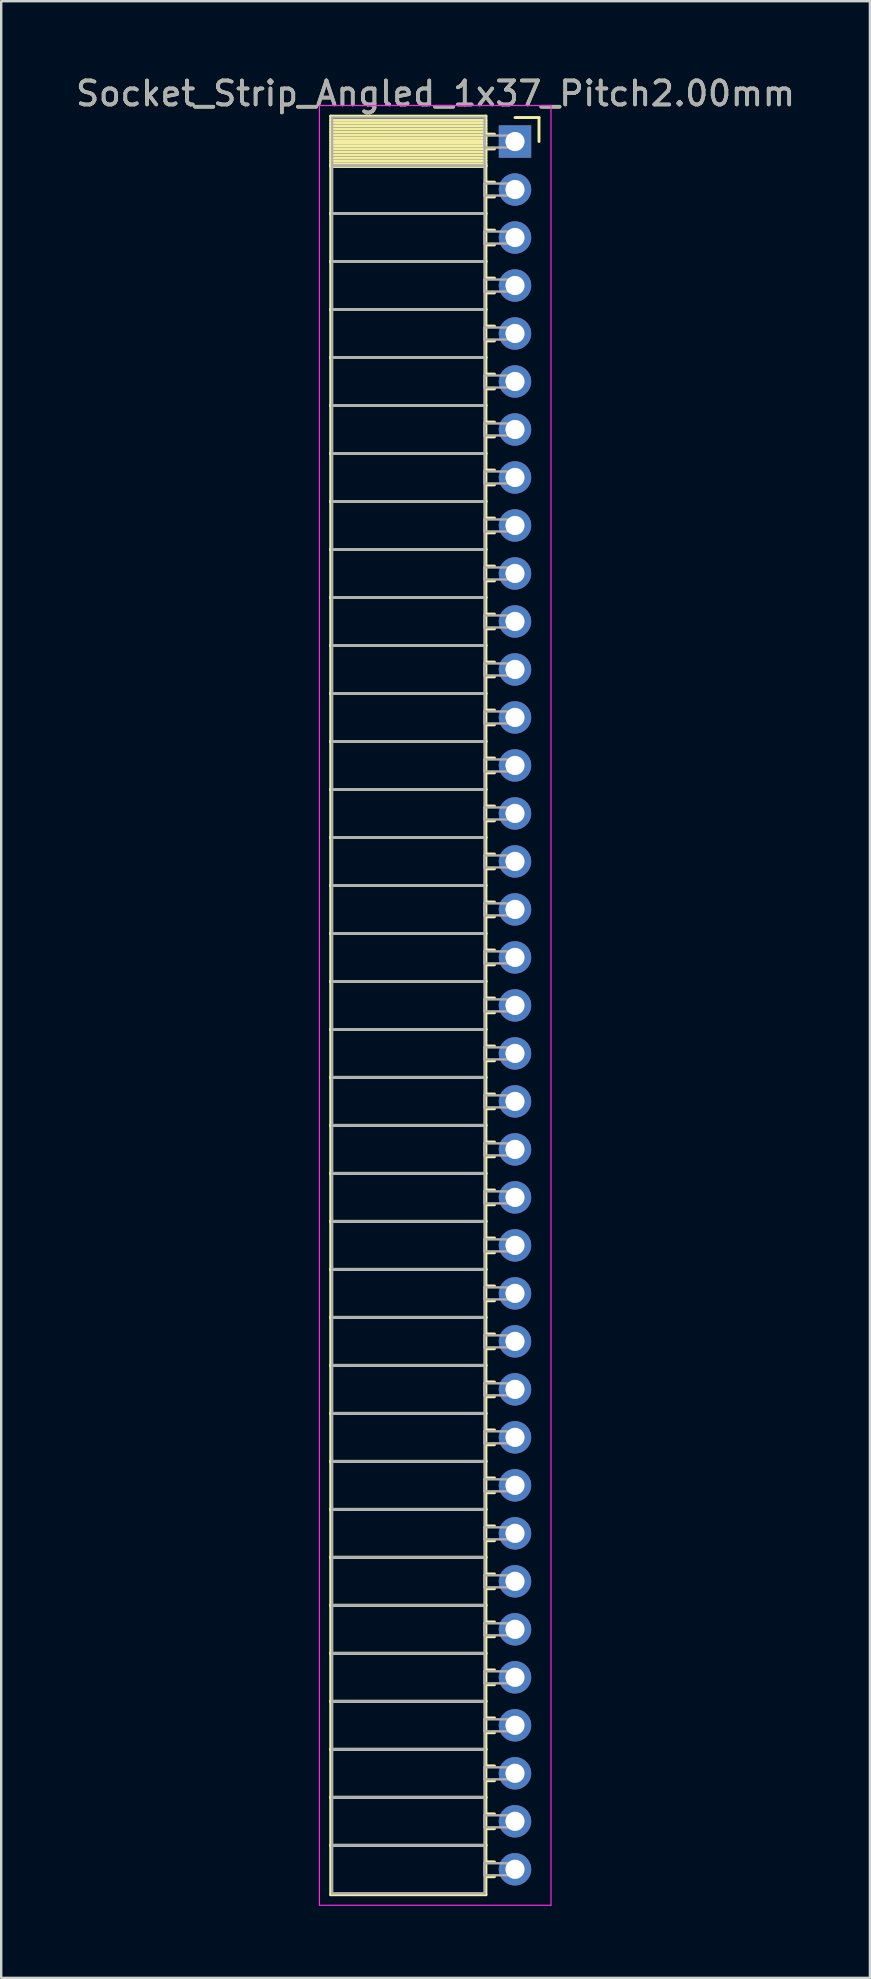
<source format=kicad_pcb>
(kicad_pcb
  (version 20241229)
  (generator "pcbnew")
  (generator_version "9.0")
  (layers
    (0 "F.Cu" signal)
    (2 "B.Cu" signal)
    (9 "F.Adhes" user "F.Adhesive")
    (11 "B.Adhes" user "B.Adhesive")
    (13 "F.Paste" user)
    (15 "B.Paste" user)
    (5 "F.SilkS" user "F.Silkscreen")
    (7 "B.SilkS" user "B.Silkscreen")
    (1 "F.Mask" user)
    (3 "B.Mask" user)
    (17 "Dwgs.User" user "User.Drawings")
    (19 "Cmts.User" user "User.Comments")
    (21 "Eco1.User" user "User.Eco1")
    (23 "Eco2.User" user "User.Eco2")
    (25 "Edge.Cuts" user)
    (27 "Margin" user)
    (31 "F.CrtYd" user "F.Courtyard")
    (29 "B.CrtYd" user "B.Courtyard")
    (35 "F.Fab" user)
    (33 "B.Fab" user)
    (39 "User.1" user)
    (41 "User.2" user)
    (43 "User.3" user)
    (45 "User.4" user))
  (footprint "Socket_Strip_Angled_1x37_Pitch2.00mm"
    (layer "F.Cu")
    (at 18.411 2.848)
    (property "Reference" "Socket_Strip_Angled_1x37_Pitch2.00mm" (at -3.31 -2 0) (layer "F.SilkS") (effects (font (size 1 1) (thickness 0.15))))
    (attr through_hole)
    (fp_line (start -7.68 -1.06) (end -1.21 -1.06) (stroke (width 0.12) (type solid)) (layer "F.SilkS"))
    (fp_line (start -7.68 1) (end -7.68 -1.06) (stroke (width 0.12) (type solid)) (layer "F.SilkS"))
    (fp_line (start -7.68 1) (end -1.21 1) (stroke (width 0.12) (type solid)) (layer "F.SilkS"))
    (fp_line (start -7.68 3) (end -7.68 1) (stroke (width 0.12) (type solid)) (layer "F.SilkS"))
    (fp_line (start -7.68 3) (end -1.21 3) (stroke (width 0.12) (type solid)) (layer "F.SilkS"))
    (fp_line (start -7.68 5) (end -7.68 3) (stroke (width 0.12) (type solid)) (layer "F.SilkS"))
    (fp_line (start -7.68 5) (end -1.21 5) (stroke (width 0.12) (type solid)) (layer "F.SilkS"))
    (fp_line (start -7.68 7) (end -7.68 5) (stroke (width 0.12) (type solid)) (layer "F.SilkS"))
    (fp_line (start -7.68 7) (end -1.21 7) (stroke (width 0.12) (type solid)) (layer "F.SilkS"))
    (fp_line (start -7.68 9) (end -7.68 7) (stroke (width 0.12) (type solid)) (layer "F.SilkS"))
    (fp_line (start -7.68 9) (end -1.21 9) (stroke (width 0.12) (type solid)) (layer "F.SilkS"))
    (fp_line (start -7.68 11) (end -7.68 9) (stroke (width 0.12) (type solid)) (layer "F.SilkS"))
    (fp_line (start -7.68 11) (end -1.21 11) (stroke (width 0.12) (type solid)) (layer "F.SilkS"))
    (fp_line (start -7.68 13) (end -7.68 11) (stroke (width 0.12) (type solid)) (layer "F.SilkS"))
    (fp_line (start -7.68 13) (end -1.21 13) (stroke (width 0.12) (type solid)) (layer "F.SilkS"))
    (fp_line (start -7.68 15) (end -7.68 13) (stroke (width 0.12) (type solid)) (layer "F.SilkS"))
    (fp_line (start -7.68 15) (end -1.21 15) (stroke (width 0.12) (type solid)) (layer "F.SilkS"))
    (fp_line (start -7.68 17) (end -7.68 15) (stroke (width 0.12) (type solid)) (layer "F.SilkS"))
    (fp_line (start -7.68 17) (end -1.21 17) (stroke (width 0.12) (type solid)) (layer "F.SilkS"))
    (fp_line (start -7.68 19) (end -7.68 17) (stroke (width 0.12) (type solid)) (layer "F.SilkS"))
    (fp_line (start -7.68 19) (end -1.21 19) (stroke (width 0.12) (type solid)) (layer "F.SilkS"))
    (fp_line (start -7.68 21) (end -7.68 19) (stroke (width 0.12) (type solid)) (layer "F.SilkS"))
    (fp_line (start -7.68 21) (end -1.21 21) (stroke (width 0.12) (type solid)) (layer "F.SilkS"))
    (fp_line (start -7.68 23) (end -7.68 21) (stroke (width 0.12) (type solid)) (layer "F.SilkS"))
    (fp_line (start -7.68 23) (end -1.21 23) (stroke (width 0.12) (type solid)) (layer "F.SilkS"))
    (fp_line (start -7.68 25) (end -7.68 23) (stroke (width 0.12) (type solid)) (layer "F.SilkS"))
    (fp_line (start -7.68 25) (end -1.21 25) (stroke (width 0.12) (type solid)) (layer "F.SilkS"))
    (fp_line (start -7.68 27) (end -7.68 25) (stroke (width 0.12) (type solid)) (layer "F.SilkS"))
    (fp_line (start -7.68 27) (end -1.21 27) (stroke (width 0.12) (type solid)) (layer "F.SilkS"))
    (fp_line (start -7.68 29) (end -7.68 27) (stroke (width 0.12) (type solid)) (layer "F.SilkS"))
    (fp_line (start -7.68 29) (end -1.21 29) (stroke (width 0.12) (type solid)) (layer "F.SilkS"))
    (fp_line (start -7.68 31) (end -7.68 29) (stroke (width 0.12) (type solid)) (layer "F.SilkS"))
    (fp_line (start -7.68 31) (end -1.21 31) (stroke (width 0.12) (type solid)) (layer "F.SilkS"))
    (fp_line (start -7.68 33) (end -7.68 31) (stroke (width 0.12) (type solid)) (layer "F.SilkS"))
    (fp_line (start -7.68 33) (end -1.21 33) (stroke (width 0.12) (type solid)) (layer "F.SilkS"))
    (fp_line (start -7.68 35) (end -7.68 33) (stroke (width 0.12) (type solid)) (layer "F.SilkS"))
    (fp_line (start -7.68 35) (end -1.21 35) (stroke (width 0.12) (type solid)) (layer "F.SilkS"))
    (fp_line (start -7.68 37) (end -7.68 35) (stroke (width 0.12) (type solid)) (layer "F.SilkS"))
    (fp_line (start -7.68 37) (end -1.21 37) (stroke (width 0.12) (type solid)) (layer "F.SilkS"))
    (fp_line (start -7.68 39) (end -7.68 37) (stroke (width 0.12) (type solid)) (layer "F.SilkS"))
    (fp_line (start -7.68 39) (end -1.21 39) (stroke (width 0.12) (type solid)) (layer "F.SilkS"))
    (fp_line (start -7.68 41) (end -7.68 39) (stroke (width 0.12) (type solid)) (layer "F.SilkS"))
    (fp_line (start -7.68 41) (end -1.21 41) (stroke (width 0.12) (type solid)) (layer "F.SilkS"))
    (fp_line (start -7.68 43) (end -7.68 41) (stroke (width 0.12) (type solid)) (layer "F.SilkS"))
    (fp_line (start -7.68 43) (end -1.21 43) (stroke (width 0.12) (type solid)) (layer "F.SilkS"))
    (fp_line (start -7.68 45) (end -7.68 43) (stroke (width 0.12) (type solid)) (layer "F.SilkS"))
    (fp_line (start -7.68 45) (end -1.21 45) (stroke (width 0.12) (type solid)) (layer "F.SilkS"))
    (fp_line (start -7.68 47) (end -7.68 45) (stroke (width 0.12) (type solid)) (layer "F.SilkS"))
    (fp_line (start -7.68 47) (end -1.21 47) (stroke (width 0.12) (type solid)) (layer "F.SilkS"))
    (fp_line (start -7.68 49) (end -7.68 47) (stroke (width 0.12) (type solid)) (layer "F.SilkS"))
    (fp_line (start -7.68 49) (end -1.21 49) (stroke (width 0.12) (type solid)) (layer "F.SilkS"))
    (fp_line (start -7.68 51) (end -7.68 49) (stroke (width 0.12) (type solid)) (layer "F.SilkS"))
    (fp_line (start -7.68 51) (end -1.21 51) (stroke (width 0.12) (type solid)) (layer "F.SilkS"))
    (fp_line (start -7.68 53) (end -7.68 51) (stroke (width 0.12) (type solid)) (layer "F.SilkS"))
    (fp_line (start -7.68 53) (end -1.21 53) (stroke (width 0.12) (type solid)) (layer "F.SilkS"))
    (fp_line (start -7.68 55) (end -7.68 53) (stroke (width 0.12) (type solid)) (layer "F.SilkS"))
    (fp_line (start -7.68 55) (end -1.21 55) (stroke (width 0.12) (type solid)) (layer "F.SilkS"))
    (fp_line (start -7.68 57) (end -7.68 55) (stroke (width 0.12) (type solid)) (layer "F.SilkS"))
    (fp_line (start -7.68 57) (end -1.21 57) (stroke (width 0.12) (type solid)) (layer "F.SilkS"))
    (fp_line (start -7.68 59) (end -7.68 57) (stroke (width 0.12) (type solid)) (layer "F.SilkS"))
    (fp_line (start -7.68 59) (end -1.21 59) (stroke (width 0.12) (type solid)) (layer "F.SilkS"))
    (fp_line (start -7.68 61) (end -7.68 59) (stroke (width 0.12) (type solid)) (layer "F.SilkS"))
    (fp_line (start -7.68 61) (end -1.21 61) (stroke (width 0.12) (type solid)) (layer "F.SilkS"))
    (fp_line (start -7.68 63) (end -7.68 61) (stroke (width 0.12) (type solid)) (layer "F.SilkS"))
    (fp_line (start -7.68 63) (end -1.21 63) (stroke (width 0.12) (type solid)) (layer "F.SilkS"))
    (fp_line (start -7.68 65) (end -7.68 63) (stroke (width 0.12) (type solid)) (layer "F.SilkS"))
    (fp_line (start -7.68 65) (end -1.21 65) (stroke (width 0.12) (type solid)) (layer "F.SilkS"))
    (fp_line (start -7.68 67) (end -7.68 65) (stroke (width 0.12) (type solid)) (layer "F.SilkS"))
    (fp_line (start -7.68 67) (end -1.21 67) (stroke (width 0.12) (type solid)) (layer "F.SilkS"))
    (fp_line (start -7.68 69) (end -7.68 67) (stroke (width 0.12) (type solid)) (layer "F.SilkS"))
    (fp_line (start -7.68 69) (end -1.21 69) (stroke (width 0.12) (type solid)) (layer "F.SilkS"))
    (fp_line (start -7.68 71) (end -7.68 69) (stroke (width 0.12) (type solid)) (layer "F.SilkS"))
    (fp_line (start -7.68 71) (end -1.21 71) (stroke (width 0.12) (type solid)) (layer "F.SilkS"))
    (fp_line (start -7.68 73.06) (end -7.68 71) (stroke (width 0.12) (type solid)) (layer "F.SilkS"))
    (fp_line (start -1.21 -1.06) (end -1.21 1) (stroke (width 0.12) (type solid)) (layer "F.SilkS"))
    (fp_line (start -1.21 -0.88) (end -7.68 -0.88) (stroke (width 0.12) (type solid)) (layer "F.SilkS"))
    (fp_line (start -1.21 -0.76) (end -7.68 -0.76) (stroke (width 0.12) (type solid)) (layer "F.SilkS"))
    (fp_line (start -1.21 -0.64) (end -7.68 -0.64) (stroke (width 0.12) (type solid)) (layer "F.SilkS"))
    (fp_line (start -1.21 -0.52) (end -7.68 -0.52) (stroke (width 0.12) (type solid)) (layer "F.SilkS"))
    (fp_line (start -1.21 -0.4) (end -7.68 -0.4) (stroke (width 0.12) (type solid)) (layer "F.SilkS"))
    (fp_line (start -1.21 -0.28) (end -7.68 -0.28) (stroke (width 0.12) (type solid)) (layer "F.SilkS"))
    (fp_line (start -1.21 -0.16) (end -7.68 -0.16) (stroke (width 0.12) (type solid)) (layer "F.SilkS"))
    (fp_line (start -1.21 -0.04) (end -7.68 -0.04) (stroke (width 0.12) (type solid)) (layer "F.SilkS"))
    (fp_line (start -1.21 0.08) (end -7.68 0.08) (stroke (width 0.12) (type solid)) (layer "F.SilkS"))
    (fp_line (start -1.21 0.2) (end -7.68 0.2) (stroke (width 0.12) (type solid)) (layer "F.SilkS"))
    (fp_line (start -1.21 0.32) (end -7.68 0.32) (stroke (width 0.12) (type solid)) (layer "F.SilkS"))
    (fp_line (start -1.21 0.44) (end -7.68 0.44) (stroke (width 0.12) (type solid)) (layer "F.SilkS"))
    (fp_line (start -1.21 0.56) (end -7.68 0.56) (stroke (width 0.12) (type solid)) (layer "F.SilkS"))
    (fp_line (start -1.21 0.68) (end -7.68 0.68) (stroke (width 0.12) (type solid)) (layer "F.SilkS"))
    (fp_line (start -1.21 0.8) (end -7.68 0.8) (stroke (width 0.12) (type solid)) (layer "F.SilkS"))
    (fp_line (start -1.21 0.92) (end -7.68 0.92) (stroke (width 0.12) (type solid)) (layer "F.SilkS"))
    (fp_line (start -1.21 1) (end -7.68 1) (stroke (width 0.12) (type solid)) (layer "F.SilkS"))
    (fp_line (start -1.21 1) (end -1.21 3) (stroke (width 0.12) (type solid)) (layer "F.SilkS"))
    (fp_line (start -1.21 1.04) (end -7.68 1.04) (stroke (width 0.12) (type solid)) (layer "F.SilkS"))
    (fp_line (start -1.21 3) (end -7.68 3) (stroke (width 0.12) (type solid)) (layer "F.SilkS"))
    (fp_line (start -1.21 3) (end -1.21 5) (stroke (width 0.12) (type solid)) (layer "F.SilkS"))
    (fp_line (start -1.21 5) (end -7.68 5) (stroke (width 0.12) (type solid)) (layer "F.SilkS"))
    (fp_line (start -1.21 5) (end -1.21 7) (stroke (width 0.12) (type solid)) (layer "F.SilkS"))
    (fp_line (start -1.21 7) (end -7.68 7) (stroke (width 0.12) (type solid)) (layer "F.SilkS"))
    (fp_line (start -1.21 7) (end -1.21 9) (stroke (width 0.12) (type solid)) (layer "F.SilkS"))
    (fp_line (start -1.21 9) (end -7.68 9) (stroke (width 0.12) (type solid)) (layer "F.SilkS"))
    (fp_line (start -1.21 9) (end -1.21 11) (stroke (width 0.12) (type solid)) (layer "F.SilkS"))
    (fp_line (start -1.21 11) (end -7.68 11) (stroke (width 0.12) (type solid)) (layer "F.SilkS"))
    (fp_line (start -1.21 11) (end -1.21 13) (stroke (width 0.12) (type solid)) (layer "F.SilkS"))
    (fp_line (start -1.21 13) (end -7.68 13) (stroke (width 0.12) (type solid)) (layer "F.SilkS"))
    (fp_line (start -1.21 13) (end -1.21 15) (stroke (width 0.12) (type solid)) (layer "F.SilkS"))
    (fp_line (start -1.21 15) (end -7.68 15) (stroke (width 0.12) (type solid)) (layer "F.SilkS"))
    (fp_line (start -1.21 15) (end -1.21 17) (stroke (width 0.12) (type solid)) (layer "F.SilkS"))
    (fp_line (start -1.21 17) (end -7.68 17) (stroke (width 0.12) (type solid)) (layer "F.SilkS"))
    (fp_line (start -1.21 17) (end -1.21 19) (stroke (width 0.12) (type solid)) (layer "F.SilkS"))
    (fp_line (start -1.21 19) (end -7.68 19) (stroke (width 0.12) (type solid)) (layer "F.SilkS"))
    (fp_line (start -1.21 19) (end -1.21 21) (stroke (width 0.12) (type solid)) (layer "F.SilkS"))
    (fp_line (start -1.21 21) (end -7.68 21) (stroke (width 0.12) (type solid)) (layer "F.SilkS"))
    (fp_line (start -1.21 21) (end -1.21 23) (stroke (width 0.12) (type solid)) (layer "F.SilkS"))
    (fp_line (start -1.21 23) (end -7.68 23) (stroke (width 0.12) (type solid)) (layer "F.SilkS"))
    (fp_line (start -1.21 23) (end -1.21 25) (stroke (width 0.12) (type solid)) (layer "F.SilkS"))
    (fp_line (start -1.21 25) (end -7.68 25) (stroke (width 0.12) (type solid)) (layer "F.SilkS"))
    (fp_line (start -1.21 25) (end -1.21 27) (stroke (width 0.12) (type solid)) (layer "F.SilkS"))
    (fp_line (start -1.21 27) (end -7.68 27) (stroke (width 0.12) (type solid)) (layer "F.SilkS"))
    (fp_line (start -1.21 27) (end -1.21 29) (stroke (width 0.12) (type solid)) (layer "F.SilkS"))
    (fp_line (start -1.21 29) (end -7.68 29) (stroke (width 0.12) (type solid)) (layer "F.SilkS"))
    (fp_line (start -1.21 29) (end -1.21 31) (stroke (width 0.12) (type solid)) (layer "F.SilkS"))
    (fp_line (start -1.21 31) (end -7.68 31) (stroke (width 0.12) (type solid)) (layer "F.SilkS"))
    (fp_line (start -1.21 31) (end -1.21 33) (stroke (width 0.12) (type solid)) (layer "F.SilkS"))
    (fp_line (start -1.21 33) (end -7.68 33) (stroke (width 0.12) (type solid)) (layer "F.SilkS"))
    (fp_line (start -1.21 33) (end -1.21 35) (stroke (width 0.12) (type solid)) (layer "F.SilkS"))
    (fp_line (start -1.21 35) (end -7.68 35) (stroke (width 0.12) (type solid)) (layer "F.SilkS"))
    (fp_line (start -1.21 35) (end -1.21 37) (stroke (width 0.12) (type solid)) (layer "F.SilkS"))
    (fp_line (start -1.21 37) (end -7.68 37) (stroke (width 0.12) (type solid)) (layer "F.SilkS"))
    (fp_line (start -1.21 37) (end -1.21 39) (stroke (width 0.12) (type solid)) (layer "F.SilkS"))
    (fp_line (start -1.21 39) (end -7.68 39) (stroke (width 0.12) (type solid)) (layer "F.SilkS"))
    (fp_line (start -1.21 39) (end -1.21 41) (stroke (width 0.12) (type solid)) (layer "F.SilkS"))
    (fp_line (start -1.21 41) (end -7.68 41) (stroke (width 0.12) (type solid)) (layer "F.SilkS"))
    (fp_line (start -1.21 41) (end -1.21 43) (stroke (width 0.12) (type solid)) (layer "F.SilkS"))
    (fp_line (start -1.21 43) (end -7.68 43) (stroke (width 0.12) (type solid)) (layer "F.SilkS"))
    (fp_line (start -1.21 43) (end -1.21 45) (stroke (width 0.12) (type solid)) (layer "F.SilkS"))
    (fp_line (start -1.21 45) (end -7.68 45) (stroke (width 0.12) (type solid)) (layer "F.SilkS"))
    (fp_line (start -1.21 45) (end -1.21 47) (stroke (width 0.12) (type solid)) (layer "F.SilkS"))
    (fp_line (start -1.21 47) (end -7.68 47) (stroke (width 0.12) (type solid)) (layer "F.SilkS"))
    (fp_line (start -1.21 47) (end -1.21 49) (stroke (width 0.12) (type solid)) (layer "F.SilkS"))
    (fp_line (start -1.21 49) (end -7.68 49) (stroke (width 0.12) (type solid)) (layer "F.SilkS"))
    (fp_line (start -1.21 49) (end -1.21 51) (stroke (width 0.12) (type solid)) (layer "F.SilkS"))
    (fp_line (start -1.21 51) (end -7.68 51) (stroke (width 0.12) (type solid)) (layer "F.SilkS"))
    (fp_line (start -1.21 51) (end -1.21 53) (stroke (width 0.12) (type solid)) (layer "F.SilkS"))
    (fp_line (start -1.21 53) (end -7.68 53) (stroke (width 0.12) (type solid)) (layer "F.SilkS"))
    (fp_line (start -1.21 53) (end -1.21 55) (stroke (width 0.12) (type solid)) (layer "F.SilkS"))
    (fp_line (start -1.21 55) (end -7.68 55) (stroke (width 0.12) (type solid)) (layer "F.SilkS"))
    (fp_line (start -1.21 55) (end -1.21 57) (stroke (width 0.12) (type solid)) (layer "F.SilkS"))
    (fp_line (start -1.21 57) (end -7.68 57) (stroke (width 0.12) (type solid)) (layer "F.SilkS"))
    (fp_line (start -1.21 57) (end -1.21 59) (stroke (width 0.12) (type solid)) (layer "F.SilkS"))
    (fp_line (start -1.21 59) (end -7.68 59) (stroke (width 0.12) (type solid)) (layer "F.SilkS"))
    (fp_line (start -1.21 59) (end -1.21 61) (stroke (width 0.12) (type solid)) (layer "F.SilkS"))
    (fp_line (start -1.21 61) (end -7.68 61) (stroke (width 0.12) (type solid)) (layer "F.SilkS"))
    (fp_line (start -1.21 61) (end -1.21 63) (stroke (width 0.12) (type solid)) (layer "F.SilkS"))
    (fp_line (start -1.21 63) (end -7.68 63) (stroke (width 0.12) (type solid)) (layer "F.SilkS"))
    (fp_line (start -1.21 63) (end -1.21 65) (stroke (width 0.12) (type solid)) (layer "F.SilkS"))
    (fp_line (start -1.21 65) (end -7.68 65) (stroke (width 0.12) (type solid)) (layer "F.SilkS"))
    (fp_line (start -1.21 65) (end -1.21 67) (stroke (width 0.12) (type solid)) (layer "F.SilkS"))
    (fp_line (start -1.21 67) (end -7.68 67) (stroke (width 0.12) (type solid)) (layer "F.SilkS"))
    (fp_line (start -1.21 67) (end -1.21 69) (stroke (width 0.12) (type solid)) (layer "F.SilkS"))
    (fp_line (start -1.21 69) (end -7.68 69) (stroke (width 0.12) (type solid)) (layer "F.SilkS"))
    (fp_line (start -1.21 69) (end -1.21 71) (stroke (width 0.12) (type solid)) (layer "F.SilkS"))
    (fp_line (start -1.21 71) (end -7.68 71) (stroke (width 0.12) (type solid)) (layer "F.SilkS"))
    (fp_line (start -1.21 71) (end -1.21 73.06) (stroke (width 0.12) (type solid)) (layer "F.SilkS"))
    (fp_line (start -1.21 73.06) (end -7.68 73.06) (stroke (width 0.12) (type solid)) (layer "F.SilkS"))
    (fp_line (start -0.855 -0.31) (end -1.21 -0.31) (stroke (width 0.12) (type solid)) (layer "F.SilkS"))
    (fp_line (start -0.855 0.31) (end -1.21 0.31) (stroke (width 0.12) (type solid)) (layer "F.SilkS"))
    (fp_line (start -0.855 1.69) (end -1.21 1.69) (stroke (width 0.12) (type solid)) (layer "F.SilkS"))
    (fp_line (start -0.855 2.31) (end -1.21 2.31) (stroke (width 0.12) (type solid)) (layer "F.SilkS"))
    (fp_line (start -0.855 3.69) (end -1.21 3.69) (stroke (width 0.12) (type solid)) (layer "F.SilkS"))
    (fp_line (start -0.855 4.31) (end -1.21 4.31) (stroke (width 0.12) (type solid)) (layer "F.SilkS"))
    (fp_line (start -0.855 5.69) (end -1.21 5.69) (stroke (width 0.12) (type solid)) (layer "F.SilkS"))
    (fp_line (start -0.855 6.31) (end -1.21 6.31) (stroke (width 0.12) (type solid)) (layer "F.SilkS"))
    (fp_line (start -0.855 7.69) (end -1.21 7.69) (stroke (width 0.12) (type solid)) (layer "F.SilkS"))
    (fp_line (start -0.855 8.31) (end -1.21 8.31) (stroke (width 0.12) (type solid)) (layer "F.SilkS"))
    (fp_line (start -0.855 9.69) (end -1.21 9.69) (stroke (width 0.12) (type solid)) (layer "F.SilkS"))
    (fp_line (start -0.855 10.31) (end -1.21 10.31) (stroke (width 0.12) (type solid)) (layer "F.SilkS"))
    (fp_line (start -0.855 11.69) (end -1.21 11.69) (stroke (width 0.12) (type solid)) (layer "F.SilkS"))
    (fp_line (start -0.855 12.31) (end -1.21 12.31) (stroke (width 0.12) (type solid)) (layer "F.SilkS"))
    (fp_line (start -0.855 13.69) (end -1.21 13.69) (stroke (width 0.12) (type solid)) (layer "F.SilkS"))
    (fp_line (start -0.855 14.31) (end -1.21 14.31) (stroke (width 0.12) (type solid)) (layer "F.SilkS"))
    (fp_line (start -0.855 15.69) (end -1.21 15.69) (stroke (width 0.12) (type solid)) (layer "F.SilkS"))
    (fp_line (start -0.855 16.31) (end -1.21 16.31) (stroke (width 0.12) (type solid)) (layer "F.SilkS"))
    (fp_line (start -0.855 17.69) (end -1.21 17.69) (stroke (width 0.12) (type solid)) (layer "F.SilkS"))
    (fp_line (start -0.855 18.31) (end -1.21 18.31) (stroke (width 0.12) (type solid)) (layer "F.SilkS"))
    (fp_line (start -0.855 19.69) (end -1.21 19.69) (stroke (width 0.12) (type solid)) (layer "F.SilkS"))
    (fp_line (start -0.855 20.31) (end -1.21 20.31) (stroke (width 0.12) (type solid)) (layer "F.SilkS"))
    (fp_line (start -0.855 21.69) (end -1.21 21.69) (stroke (width 0.12) (type solid)) (layer "F.SilkS"))
    (fp_line (start -0.855 22.31) (end -1.21 22.31) (stroke (width 0.12) (type solid)) (layer "F.SilkS"))
    (fp_line (start -0.855 23.69) (end -1.21 23.69) (stroke (width 0.12) (type solid)) (layer "F.SilkS"))
    (fp_line (start -0.855 24.31) (end -1.21 24.31) (stroke (width 0.12) (type solid)) (layer "F.SilkS"))
    (fp_line (start -0.855 25.69) (end -1.21 25.69) (stroke (width 0.12) (type solid)) (layer "F.SilkS"))
    (fp_line (start -0.855 26.31) (end -1.21 26.31) (stroke (width 0.12) (type solid)) (layer "F.SilkS"))
    (fp_line (start -0.855 27.69) (end -1.21 27.69) (stroke (width 0.12) (type solid)) (layer "F.SilkS"))
    (fp_line (start -0.855 28.31) (end -1.21 28.31) (stroke (width 0.12) (type solid)) (layer "F.SilkS"))
    (fp_line (start -0.855 29.69) (end -1.21 29.69) (stroke (width 0.12) (type solid)) (layer "F.SilkS"))
    (fp_line (start -0.855 30.31) (end -1.21 30.31) (stroke (width 0.12) (type solid)) (layer "F.SilkS"))
    (fp_line (start -0.855 31.69) (end -1.21 31.69) (stroke (width 0.12) (type solid)) (layer "F.SilkS"))
    (fp_line (start -0.855 32.31) (end -1.21 32.31) (stroke (width 0.12) (type solid)) (layer "F.SilkS"))
    (fp_line (start -0.855 33.69) (end -1.21 33.69) (stroke (width 0.12) (type solid)) (layer "F.SilkS"))
    (fp_line (start -0.855 34.31) (end -1.21 34.31) (stroke (width 0.12) (type solid)) (layer "F.SilkS"))
    (fp_line (start -0.855 35.69) (end -1.21 35.69) (stroke (width 0.12) (type solid)) (layer "F.SilkS"))
    (fp_line (start -0.855 36.31) (end -1.21 36.31) (stroke (width 0.12) (type solid)) (layer "F.SilkS"))
    (fp_line (start -0.855 37.69) (end -1.21 37.69) (stroke (width 0.12) (type solid)) (layer "F.SilkS"))
    (fp_line (start -0.855 38.31) (end -1.21 38.31) (stroke (width 0.12) (type solid)) (layer "F.SilkS"))
    (fp_line (start -0.855 39.69) (end -1.21 39.69) (stroke (width 0.12) (type solid)) (layer "F.SilkS"))
    (fp_line (start -0.855 40.31) (end -1.21 40.31) (stroke (width 0.12) (type solid)) (layer "F.SilkS"))
    (fp_line (start -0.855 41.69) (end -1.21 41.69) (stroke (width 0.12) (type solid)) (layer "F.SilkS"))
    (fp_line (start -0.855 42.31) (end -1.21 42.31) (stroke (width 0.12) (type solid)) (layer "F.SilkS"))
    (fp_line (start -0.855 43.69) (end -1.21 43.69) (stroke (width 0.12) (type solid)) (layer "F.SilkS"))
    (fp_line (start -0.855 44.31) (end -1.21 44.31) (stroke (width 0.12) (type solid)) (layer "F.SilkS"))
    (fp_line (start -0.855 45.69) (end -1.21 45.69) (stroke (width 0.12) (type solid)) (layer "F.SilkS"))
    (fp_line (start -0.855 46.31) (end -1.21 46.31) (stroke (width 0.12) (type solid)) (layer "F.SilkS"))
    (fp_line (start -0.855 47.69) (end -1.21 47.69) (stroke (width 0.12) (type solid)) (layer "F.SilkS"))
    (fp_line (start -0.855 48.31) (end -1.21 48.31) (stroke (width 0.12) (type solid)) (layer "F.SilkS"))
    (fp_line (start -0.855 49.69) (end -1.21 49.69) (stroke (width 0.12) (type solid)) (layer "F.SilkS"))
    (fp_line (start -0.855 50.31) (end -1.21 50.31) (stroke (width 0.12) (type solid)) (layer "F.SilkS"))
    (fp_line (start -0.855 51.69) (end -1.21 51.69) (stroke (width 0.12) (type solid)) (layer "F.SilkS"))
    (fp_line (start -0.855 52.31) (end -1.21 52.31) (stroke (width 0.12) (type solid)) (layer "F.SilkS"))
    (fp_line (start -0.855 53.69) (end -1.21 53.69) (stroke (width 0.12) (type solid)) (layer "F.SilkS"))
    (fp_line (start -0.855 54.31) (end -1.21 54.31) (stroke (width 0.12) (type solid)) (layer "F.SilkS"))
    (fp_line (start -0.855 55.69) (end -1.21 55.69) (stroke (width 0.12) (type solid)) (layer "F.SilkS"))
    (fp_line (start -0.855 56.31) (end -1.21 56.31) (stroke (width 0.12) (type solid)) (layer "F.SilkS"))
    (fp_line (start -0.855 57.69) (end -1.21 57.69) (stroke (width 0.12) (type solid)) (layer "F.SilkS"))
    (fp_line (start -0.855 58.31) (end -1.21 58.31) (stroke (width 0.12) (type solid)) (layer "F.SilkS"))
    (fp_line (start -0.855 59.69) (end -1.21 59.69) (stroke (width 0.12) (type solid)) (layer "F.SilkS"))
    (fp_line (start -0.855 60.31) (end -1.21 60.31) (stroke (width 0.12) (type solid)) (layer "F.SilkS"))
    (fp_line (start -0.855 61.69) (end -1.21 61.69) (stroke (width 0.12) (type solid)) (layer "F.SilkS"))
    (fp_line (start -0.855 62.31) (end -1.21 62.31) (stroke (width 0.12) (type solid)) (layer "F.SilkS"))
    (fp_line (start -0.855 63.69) (end -1.21 63.69) (stroke (width 0.12) (type solid)) (layer "F.SilkS"))
    (fp_line (start -0.855 64.31) (end -1.21 64.31) (stroke (width 0.12) (type solid)) (layer "F.SilkS"))
    (fp_line (start -0.855 65.69) (end -1.21 65.69) (stroke (width 0.12) (type solid)) (layer "F.SilkS"))
    (fp_line (start -0.855 66.31) (end -1.21 66.31) (stroke (width 0.12) (type solid)) (layer "F.SilkS"))
    (fp_line (start -0.855 67.69) (end -1.21 67.69) (stroke (width 0.12) (type solid)) (layer "F.SilkS"))
    (fp_line (start -0.855 68.31) (end -1.21 68.31) (stroke (width 0.12) (type solid)) (layer "F.SilkS"))
    (fp_line (start -0.855 69.69) (end -1.21 69.69) (stroke (width 0.12) (type solid)) (layer "F.SilkS"))
    (fp_line (start -0.855 70.31) (end -1.21 70.31) (stroke (width 0.12) (type solid)) (layer "F.SilkS"))
    (fp_line (start -0.855 71.69) (end -1.21 71.69) (stroke (width 0.12) (type solid)) (layer "F.SilkS"))
    (fp_line (start -0.855 72.31) (end -1.21 72.31) (stroke (width 0.12) (type solid)) (layer "F.SilkS"))
    (fp_line (start 0 -1) (end 1 -1) (stroke (width 0.12) (type solid)) (layer "F.SilkS"))
    (fp_line (start 1 -1) (end 1 0) (stroke (width 0.12) (type solid)) (layer "F.SilkS"))
    (fp_line (start -8.15 -1.5) (end 1.5 -1.5) (stroke (width 0.05) (type solid)) (layer "F.CrtYd"))
    (fp_line (start -8.15 73.5) (end -8.15 -1.5) (stroke (width 0.05) (type solid)) (layer "F.CrtYd"))
    (fp_line (start 1.5 -1.5) (end 1.5 73.5) (stroke (width 0.05) (type solid)) (layer "F.CrtYd"))
    (fp_line (start 1.5 73.5) (end -8.15 73.5) (stroke (width 0.05) (type solid)) (layer "F.CrtYd"))
    (fp_line (start -7.62 -1) (end -1.27 -1) (stroke (width 0.1) (type solid)) (layer "F.Fab"))
    (fp_line (start -7.62 1) (end -7.62 -1) (stroke (width 0.1) (type solid)) (layer "F.Fab"))
    (fp_line (start -7.62 1) (end -1.27 1) (stroke (width 0.1) (type solid)) (layer "F.Fab"))
    (fp_line (start -7.62 3) (end -7.62 1) (stroke (width 0.1) (type solid)) (layer "F.Fab"))
    (fp_line (start -7.62 3) (end -1.27 3) (stroke (width 0.1) (type solid)) (layer "F.Fab"))
    (fp_line (start -7.62 5) (end -7.62 3) (stroke (width 0.1) (type solid)) (layer "F.Fab"))
    (fp_line (start -7.62 5) (end -1.27 5) (stroke (width 0.1) (type solid)) (layer "F.Fab"))
    (fp_line (start -7.62 7) (end -7.62 5) (stroke (width 0.1) (type solid)) (layer "F.Fab"))
    (fp_line (start -7.62 7) (end -1.27 7) (stroke (width 0.1) (type solid)) (layer "F.Fab"))
    (fp_line (start -7.62 9) (end -7.62 7) (stroke (width 0.1) (type solid)) (layer "F.Fab"))
    (fp_line (start -7.62 9) (end -1.27 9) (stroke (width 0.1) (type solid)) (layer "F.Fab"))
    (fp_line (start -7.62 11) (end -7.62 9) (stroke (width 0.1) (type solid)) (layer "F.Fab"))
    (fp_line (start -7.62 11) (end -1.27 11) (stroke (width 0.1) (type solid)) (layer "F.Fab"))
    (fp_line (start -7.62 13) (end -7.62 11) (stroke (width 0.1) (type solid)) (layer "F.Fab"))
    (fp_line (start -7.62 13) (end -1.27 13) (stroke (width 0.1) (type solid)) (layer "F.Fab"))
    (fp_line (start -7.62 15) (end -7.62 13) (stroke (width 0.1) (type solid)) (layer "F.Fab"))
    (fp_line (start -7.62 15) (end -1.27 15) (stroke (width 0.1) (type solid)) (layer "F.Fab"))
    (fp_line (start -7.62 17) (end -7.62 15) (stroke (width 0.1) (type solid)) (layer "F.Fab"))
    (fp_line (start -7.62 17) (end -1.27 17) (stroke (width 0.1) (type solid)) (layer "F.Fab"))
    (fp_line (start -7.62 19) (end -7.62 17) (stroke (width 0.1) (type solid)) (layer "F.Fab"))
    (fp_line (start -7.62 19) (end -1.27 19) (stroke (width 0.1) (type solid)) (layer "F.Fab"))
    (fp_line (start -7.62 21) (end -7.62 19) (stroke (width 0.1) (type solid)) (layer "F.Fab"))
    (fp_line (start -7.62 21) (end -1.27 21) (stroke (width 0.1) (type solid)) (layer "F.Fab"))
    (fp_line (start -7.62 23) (end -7.62 21) (stroke (width 0.1) (type solid)) (layer "F.Fab"))
    (fp_line (start -7.62 23) (end -1.27 23) (stroke (width 0.1) (type solid)) (layer "F.Fab"))
    (fp_line (start -7.62 25) (end -7.62 23) (stroke (width 0.1) (type solid)) (layer "F.Fab"))
    (fp_line (start -7.62 25) (end -1.27 25) (stroke (width 0.1) (type solid)) (layer "F.Fab"))
    (fp_line (start -7.62 27) (end -7.62 25) (stroke (width 0.1) (type solid)) (layer "F.Fab"))
    (fp_line (start -7.62 27) (end -1.27 27) (stroke (width 0.1) (type solid)) (layer "F.Fab"))
    (fp_line (start -7.62 29) (end -7.62 27) (stroke (width 0.1) (type solid)) (layer "F.Fab"))
    (fp_line (start -7.62 29) (end -1.27 29) (stroke (width 0.1) (type solid)) (layer "F.Fab"))
    (fp_line (start -7.62 31) (end -7.62 29) (stroke (width 0.1) (type solid)) (layer "F.Fab"))
    (fp_line (start -7.62 31) (end -1.27 31) (stroke (width 0.1) (type solid)) (layer "F.Fab"))
    (fp_line (start -7.62 33) (end -7.62 31) (stroke (width 0.1) (type solid)) (layer "F.Fab"))
    (fp_line (start -7.62 33) (end -1.27 33) (stroke (width 0.1) (type solid)) (layer "F.Fab"))
    (fp_line (start -7.62 35) (end -7.62 33) (stroke (width 0.1) (type solid)) (layer "F.Fab"))
    (fp_line (start -7.62 35) (end -1.27 35) (stroke (width 0.1) (type solid)) (layer "F.Fab"))
    (fp_line (start -7.62 37) (end -7.62 35) (stroke (width 0.1) (type solid)) (layer "F.Fab"))
    (fp_line (start -7.62 37) (end -1.27 37) (stroke (width 0.1) (type solid)) (layer "F.Fab"))
    (fp_line (start -7.62 39) (end -7.62 37) (stroke (width 0.1) (type solid)) (layer "F.Fab"))
    (fp_line (start -7.62 39) (end -1.27 39) (stroke (width 0.1) (type solid)) (layer "F.Fab"))
    (fp_line (start -7.62 41) (end -7.62 39) (stroke (width 0.1) (type solid)) (layer "F.Fab"))
    (fp_line (start -7.62 41) (end -1.27 41) (stroke (width 0.1) (type solid)) (layer "F.Fab"))
    (fp_line (start -7.62 43) (end -7.62 41) (stroke (width 0.1) (type solid)) (layer "F.Fab"))
    (fp_line (start -7.62 43) (end -1.27 43) (stroke (width 0.1) (type solid)) (layer "F.Fab"))
    (fp_line (start -7.62 45) (end -7.62 43) (stroke (width 0.1) (type solid)) (layer "F.Fab"))
    (fp_line (start -7.62 45) (end -1.27 45) (stroke (width 0.1) (type solid)) (layer "F.Fab"))
    (fp_line (start -7.62 47) (end -7.62 45) (stroke (width 0.1) (type solid)) (layer "F.Fab"))
    (fp_line (start -7.62 47) (end -1.27 47) (stroke (width 0.1) (type solid)) (layer "F.Fab"))
    (fp_line (start -7.62 49) (end -7.62 47) (stroke (width 0.1) (type solid)) (layer "F.Fab"))
    (fp_line (start -7.62 49) (end -1.27 49) (stroke (width 0.1) (type solid)) (layer "F.Fab"))
    (fp_line (start -7.62 51) (end -7.62 49) (stroke (width 0.1) (type solid)) (layer "F.Fab"))
    (fp_line (start -7.62 51) (end -1.27 51) (stroke (width 0.1) (type solid)) (layer "F.Fab"))
    (fp_line (start -7.62 53) (end -7.62 51) (stroke (width 0.1) (type solid)) (layer "F.Fab"))
    (fp_line (start -7.62 53) (end -1.27 53) (stroke (width 0.1) (type solid)) (layer "F.Fab"))
    (fp_line (start -7.62 55) (end -7.62 53) (stroke (width 0.1) (type solid)) (layer "F.Fab"))
    (fp_line (start -7.62 55) (end -1.27 55) (stroke (width 0.1) (type solid)) (layer "F.Fab"))
    (fp_line (start -7.62 57) (end -7.62 55) (stroke (width 0.1) (type solid)) (layer "F.Fab"))
    (fp_line (start -7.62 57) (end -1.27 57) (stroke (width 0.1) (type solid)) (layer "F.Fab"))
    (fp_line (start -7.62 59) (end -7.62 57) (stroke (width 0.1) (type solid)) (layer "F.Fab"))
    (fp_line (start -7.62 59) (end -1.27 59) (stroke (width 0.1) (type solid)) (layer "F.Fab"))
    (fp_line (start -7.62 61) (end -7.62 59) (stroke (width 0.1) (type solid)) (layer "F.Fab"))
    (fp_line (start -7.62 61) (end -1.27 61) (stroke (width 0.1) (type solid)) (layer "F.Fab"))
    (fp_line (start -7.62 63) (end -7.62 61) (stroke (width 0.1) (type solid)) (layer "F.Fab"))
    (fp_line (start -7.62 63) (end -1.27 63) (stroke (width 0.1) (type solid)) (layer "F.Fab"))
    (fp_line (start -7.62 65) (end -7.62 63) (stroke (width 0.1) (type solid)) (layer "F.Fab"))
    (fp_line (start -7.62 65) (end -1.27 65) (stroke (width 0.1) (type solid)) (layer "F.Fab"))
    (fp_line (start -7.62 67) (end -7.62 65) (stroke (width 0.1) (type solid)) (layer "F.Fab"))
    (fp_line (start -7.62 67) (end -1.27 67) (stroke (width 0.1) (type solid)) (layer "F.Fab"))
    (fp_line (start -7.62 69) (end -7.62 67) (stroke (width 0.1) (type solid)) (layer "F.Fab"))
    (fp_line (start -7.62 69) (end -1.27 69) (stroke (width 0.1) (type solid)) (layer "F.Fab"))
    (fp_line (start -7.62 71) (end -7.62 69) (stroke (width 0.1) (type solid)) (layer "F.Fab"))
    (fp_line (start -7.62 71) (end -1.27 71) (stroke (width 0.1) (type solid)) (layer "F.Fab"))
    (fp_line (start -7.62 73) (end -7.62 71) (stroke (width 0.1) (type solid)) (layer "F.Fab"))
    (fp_line (start -1.27 -1) (end -1.27 1) (stroke (width 0.1) (type solid)) (layer "F.Fab"))
    (fp_line (start -1.27 -0.25) (end 0 -0.25) (stroke (width 0.1) (type solid)) (layer "F.Fab"))
    (fp_line (start -1.27 0.25) (end -1.27 -0.25) (stroke (width 0.1) (type solid)) (layer "F.Fab"))
    (fp_line (start -1.27 1) (end -7.62 1) (stroke (width 0.1) (type solid)) (layer "F.Fab"))
    (fp_line (start -1.27 1) (end -1.27 3) (stroke (width 0.1) (type solid)) (layer "F.Fab"))
    (fp_line (start -1.27 1.75) (end 0 1.75) (stroke (width 0.1) (type solid)) (layer "F.Fab"))
    (fp_line (start -1.27 2.25) (end -1.27 1.75) (stroke (width 0.1) (type solid)) (layer "F.Fab"))
    (fp_line (start -1.27 3) (end -7.62 3) (stroke (width 0.1) (type solid)) (layer "F.Fab"))
    (fp_line (start -1.27 3) (end -1.27 5) (stroke (width 0.1) (type solid)) (layer "F.Fab"))
    (fp_line (start -1.27 3.75) (end 0 3.75) (stroke (width 0.1) (type solid)) (layer "F.Fab"))
    (fp_line (start -1.27 4.25) (end -1.27 3.75) (stroke (width 0.1) (type solid)) (layer "F.Fab"))
    (fp_line (start -1.27 5) (end -7.62 5) (stroke (width 0.1) (type solid)) (layer "F.Fab"))
    (fp_line (start -1.27 5) (end -1.27 7) (stroke (width 0.1) (type solid)) (layer "F.Fab"))
    (fp_line (start -1.27 5.75) (end 0 5.75) (stroke (width 0.1) (type solid)) (layer "F.Fab"))
    (fp_line (start -1.27 6.25) (end -1.27 5.75) (stroke (width 0.1) (type solid)) (layer "F.Fab"))
    (fp_line (start -1.27 7) (end -7.62 7) (stroke (width 0.1) (type solid)) (layer "F.Fab"))
    (fp_line (start -1.27 7) (end -1.27 9) (stroke (width 0.1) (type solid)) (layer "F.Fab"))
    (fp_line (start -1.27 7.75) (end 0 7.75) (stroke (width 0.1) (type solid)) (layer "F.Fab"))
    (fp_line (start -1.27 8.25) (end -1.27 7.75) (stroke (width 0.1) (type solid)) (layer "F.Fab"))
    (fp_line (start -1.27 9) (end -7.62 9) (stroke (width 0.1) (type solid)) (layer "F.Fab"))
    (fp_line (start -1.27 9) (end -1.27 11) (stroke (width 0.1) (type solid)) (layer "F.Fab"))
    (fp_line (start -1.27 9.75) (end 0 9.75) (stroke (width 0.1) (type solid)) (layer "F.Fab"))
    (fp_line (start -1.27 10.25) (end -1.27 9.75) (stroke (width 0.1) (type solid)) (layer "F.Fab"))
    (fp_line (start -1.27 11) (end -7.62 11) (stroke (width 0.1) (type solid)) (layer "F.Fab"))
    (fp_line (start -1.27 11) (end -1.27 13) (stroke (width 0.1) (type solid)) (layer "F.Fab"))
    (fp_line (start -1.27 11.75) (end 0 11.75) (stroke (width 0.1) (type solid)) (layer "F.Fab"))
    (fp_line (start -1.27 12.25) (end -1.27 11.75) (stroke (width 0.1) (type solid)) (layer "F.Fab"))
    (fp_line (start -1.27 13) (end -7.62 13) (stroke (width 0.1) (type solid)) (layer "F.Fab"))
    (fp_line (start -1.27 13) (end -1.27 15) (stroke (width 0.1) (type solid)) (layer "F.Fab"))
    (fp_line (start -1.27 13.75) (end 0 13.75) (stroke (width 0.1) (type solid)) (layer "F.Fab"))
    (fp_line (start -1.27 14.25) (end -1.27 13.75) (stroke (width 0.1) (type solid)) (layer "F.Fab"))
    (fp_line (start -1.27 15) (end -7.62 15) (stroke (width 0.1) (type solid)) (layer "F.Fab"))
    (fp_line (start -1.27 15) (end -1.27 17) (stroke (width 0.1) (type solid)) (layer "F.Fab"))
    (fp_line (start -1.27 15.75) (end 0 15.75) (stroke (width 0.1) (type solid)) (layer "F.Fab"))
    (fp_line (start -1.27 16.25) (end -1.27 15.75) (stroke (width 0.1) (type solid)) (layer "F.Fab"))
    (fp_line (start -1.27 17) (end -7.62 17) (stroke (width 0.1) (type solid)) (layer "F.Fab"))
    (fp_line (start -1.27 17) (end -1.27 19) (stroke (width 0.1) (type solid)) (layer "F.Fab"))
    (fp_line (start -1.27 17.75) (end 0 17.75) (stroke (width 0.1) (type solid)) (layer "F.Fab"))
    (fp_line (start -1.27 18.25) (end -1.27 17.75) (stroke (width 0.1) (type solid)) (layer "F.Fab"))
    (fp_line (start -1.27 19) (end -7.62 19) (stroke (width 0.1) (type solid)) (layer "F.Fab"))
    (fp_line (start -1.27 19) (end -1.27 21) (stroke (width 0.1) (type solid)) (layer "F.Fab"))
    (fp_line (start -1.27 19.75) (end 0 19.75) (stroke (width 0.1) (type solid)) (layer "F.Fab"))
    (fp_line (start -1.27 20.25) (end -1.27 19.75) (stroke (width 0.1) (type solid)) (layer "F.Fab"))
    (fp_line (start -1.27 21) (end -7.62 21) (stroke (width 0.1) (type solid)) (layer "F.Fab"))
    (fp_line (start -1.27 21) (end -1.27 23) (stroke (width 0.1) (type solid)) (layer "F.Fab"))
    (fp_line (start -1.27 21.75) (end 0 21.75) (stroke (width 0.1) (type solid)) (layer "F.Fab"))
    (fp_line (start -1.27 22.25) (end -1.27 21.75) (stroke (width 0.1) (type solid)) (layer "F.Fab"))
    (fp_line (start -1.27 23) (end -7.62 23) (stroke (width 0.1) (type solid)) (layer "F.Fab"))
    (fp_line (start -1.27 23) (end -1.27 25) (stroke (width 0.1) (type solid)) (layer "F.Fab"))
    (fp_line (start -1.27 23.75) (end 0 23.75) (stroke (width 0.1) (type solid)) (layer "F.Fab"))
    (fp_line (start -1.27 24.25) (end -1.27 23.75) (stroke (width 0.1) (type solid)) (layer "F.Fab"))
    (fp_line (start -1.27 25) (end -7.62 25) (stroke (width 0.1) (type solid)) (layer "F.Fab"))
    (fp_line (start -1.27 25) (end -1.27 27) (stroke (width 0.1) (type solid)) (layer "F.Fab"))
    (fp_line (start -1.27 25.75) (end 0 25.75) (stroke (width 0.1) (type solid)) (layer "F.Fab"))
    (fp_line (start -1.27 26.25) (end -1.27 25.75) (stroke (width 0.1) (type solid)) (layer "F.Fab"))
    (fp_line (start -1.27 27) (end -7.62 27) (stroke (width 0.1) (type solid)) (layer "F.Fab"))
    (fp_line (start -1.27 27) (end -1.27 29) (stroke (width 0.1) (type solid)) (layer "F.Fab"))
    (fp_line (start -1.27 27.75) (end 0 27.75) (stroke (width 0.1) (type solid)) (layer "F.Fab"))
    (fp_line (start -1.27 28.25) (end -1.27 27.75) (stroke (width 0.1) (type solid)) (layer "F.Fab"))
    (fp_line (start -1.27 29) (end -7.62 29) (stroke (width 0.1) (type solid)) (layer "F.Fab"))
    (fp_line (start -1.27 29) (end -1.27 31) (stroke (width 0.1) (type solid)) (layer "F.Fab"))
    (fp_line (start -1.27 29.75) (end 0 29.75) (stroke (width 0.1) (type solid)) (layer "F.Fab"))
    (fp_line (start -1.27 30.25) (end -1.27 29.75) (stroke (width 0.1) (type solid)) (layer "F.Fab"))
    (fp_line (start -1.27 31) (end -7.62 31) (stroke (width 0.1) (type solid)) (layer "F.Fab"))
    (fp_line (start -1.27 31) (end -1.27 33) (stroke (width 0.1) (type solid)) (layer "F.Fab"))
    (fp_line (start -1.27 31.75) (end 0 31.75) (stroke (width 0.1) (type solid)) (layer "F.Fab"))
    (fp_line (start -1.27 32.25) (end -1.27 31.75) (stroke (width 0.1) (type solid)) (layer "F.Fab"))
    (fp_line (start -1.27 33) (end -7.62 33) (stroke (width 0.1) (type solid)) (layer "F.Fab"))
    (fp_line (start -1.27 33) (end -1.27 35) (stroke (width 0.1) (type solid)) (layer "F.Fab"))
    (fp_line (start -1.27 33.75) (end 0 33.75) (stroke (width 0.1) (type solid)) (layer "F.Fab"))
    (fp_line (start -1.27 34.25) (end -1.27 33.75) (stroke (width 0.1) (type solid)) (layer "F.Fab"))
    (fp_line (start -1.27 35) (end -7.62 35) (stroke (width 0.1) (type solid)) (layer "F.Fab"))
    (fp_line (start -1.27 35) (end -1.27 37) (stroke (width 0.1) (type solid)) (layer "F.Fab"))
    (fp_line (start -1.27 35.75) (end 0 35.75) (stroke (width 0.1) (type solid)) (layer "F.Fab"))
    (fp_line (start -1.27 36.25) (end -1.27 35.75) (stroke (width 0.1) (type solid)) (layer "F.Fab"))
    (fp_line (start -1.27 37) (end -7.62 37) (stroke (width 0.1) (type solid)) (layer "F.Fab"))
    (fp_line (start -1.27 37) (end -1.27 39) (stroke (width 0.1) (type solid)) (layer "F.Fab"))
    (fp_line (start -1.27 37.75) (end 0 37.75) (stroke (width 0.1) (type solid)) (layer "F.Fab"))
    (fp_line (start -1.27 38.25) (end -1.27 37.75) (stroke (width 0.1) (type solid)) (layer "F.Fab"))
    (fp_line (start -1.27 39) (end -7.62 39) (stroke (width 0.1) (type solid)) (layer "F.Fab"))
    (fp_line (start -1.27 39) (end -1.27 41) (stroke (width 0.1) (type solid)) (layer "F.Fab"))
    (fp_line (start -1.27 39.75) (end 0 39.75) (stroke (width 0.1) (type solid)) (layer "F.Fab"))
    (fp_line (start -1.27 40.25) (end -1.27 39.75) (stroke (width 0.1) (type solid)) (layer "F.Fab"))
    (fp_line (start -1.27 41) (end -7.62 41) (stroke (width 0.1) (type solid)) (layer "F.Fab"))
    (fp_line (start -1.27 41) (end -1.27 43) (stroke (width 0.1) (type solid)) (layer "F.Fab"))
    (fp_line (start -1.27 41.75) (end 0 41.75) (stroke (width 0.1) (type solid)) (layer "F.Fab"))
    (fp_line (start -1.27 42.25) (end -1.27 41.75) (stroke (width 0.1) (type solid)) (layer "F.Fab"))
    (fp_line (start -1.27 43) (end -7.62 43) (stroke (width 0.1) (type solid)) (layer "F.Fab"))
    (fp_line (start -1.27 43) (end -1.27 45) (stroke (width 0.1) (type solid)) (layer "F.Fab"))
    (fp_line (start -1.27 43.75) (end 0 43.75) (stroke (width 0.1) (type solid)) (layer "F.Fab"))
    (fp_line (start -1.27 44.25) (end -1.27 43.75) (stroke (width 0.1) (type solid)) (layer "F.Fab"))
    (fp_line (start -1.27 45) (end -7.62 45) (stroke (width 0.1) (type solid)) (layer "F.Fab"))
    (fp_line (start -1.27 45) (end -1.27 47) (stroke (width 0.1) (type solid)) (layer "F.Fab"))
    (fp_line (start -1.27 45.75) (end 0 45.75) (stroke (width 0.1) (type solid)) (layer "F.Fab"))
    (fp_line (start -1.27 46.25) (end -1.27 45.75) (stroke (width 0.1) (type solid)) (layer "F.Fab"))
    (fp_line (start -1.27 47) (end -7.62 47) (stroke (width 0.1) (type solid)) (layer "F.Fab"))
    (fp_line (start -1.27 47) (end -1.27 49) (stroke (width 0.1) (type solid)) (layer "F.Fab"))
    (fp_line (start -1.27 47.75) (end 0 47.75) (stroke (width 0.1) (type solid)) (layer "F.Fab"))
    (fp_line (start -1.27 48.25) (end -1.27 47.75) (stroke (width 0.1) (type solid)) (layer "F.Fab"))
    (fp_line (start -1.27 49) (end -7.62 49) (stroke (width 0.1) (type solid)) (layer "F.Fab"))
    (fp_line (start -1.27 49) (end -1.27 51) (stroke (width 0.1) (type solid)) (layer "F.Fab"))
    (fp_line (start -1.27 49.75) (end 0 49.75) (stroke (width 0.1) (type solid)) (layer "F.Fab"))
    (fp_line (start -1.27 50.25) (end -1.27 49.75) (stroke (width 0.1) (type solid)) (layer "F.Fab"))
    (fp_line (start -1.27 51) (end -7.62 51) (stroke (width 0.1) (type solid)) (layer "F.Fab"))
    (fp_line (start -1.27 51) (end -1.27 53) (stroke (width 0.1) (type solid)) (layer "F.Fab"))
    (fp_line (start -1.27 51.75) (end 0 51.75) (stroke (width 0.1) (type solid)) (layer "F.Fab"))
    (fp_line (start -1.27 52.25) (end -1.27 51.75) (stroke (width 0.1) (type solid)) (layer "F.Fab"))
    (fp_line (start -1.27 53) (end -7.62 53) (stroke (width 0.1) (type solid)) (layer "F.Fab"))
    (fp_line (start -1.27 53) (end -1.27 55) (stroke (width 0.1) (type solid)) (layer "F.Fab"))
    (fp_line (start -1.27 53.75) (end 0 53.75) (stroke (width 0.1) (type solid)) (layer "F.Fab"))
    (fp_line (start -1.27 54.25) (end -1.27 53.75) (stroke (width 0.1) (type solid)) (layer "F.Fab"))
    (fp_line (start -1.27 55) (end -7.62 55) (stroke (width 0.1) (type solid)) (layer "F.Fab"))
    (fp_line (start -1.27 55) (end -1.27 57) (stroke (width 0.1) (type solid)) (layer "F.Fab"))
    (fp_line (start -1.27 55.75) (end 0 55.75) (stroke (width 0.1) (type solid)) (layer "F.Fab"))
    (fp_line (start -1.27 56.25) (end -1.27 55.75) (stroke (width 0.1) (type solid)) (layer "F.Fab"))
    (fp_line (start -1.27 57) (end -7.62 57) (stroke (width 0.1) (type solid)) (layer "F.Fab"))
    (fp_line (start -1.27 57) (end -1.27 59) (stroke (width 0.1) (type solid)) (layer "F.Fab"))
    (fp_line (start -1.27 57.75) (end 0 57.75) (stroke (width 0.1) (type solid)) (layer "F.Fab"))
    (fp_line (start -1.27 58.25) (end -1.27 57.75) (stroke (width 0.1) (type solid)) (layer "F.Fab"))
    (fp_line (start -1.27 59) (end -7.62 59) (stroke (width 0.1) (type solid)) (layer "F.Fab"))
    (fp_line (start -1.27 59) (end -1.27 61) (stroke (width 0.1) (type solid)) (layer "F.Fab"))
    (fp_line (start -1.27 59.75) (end 0 59.75) (stroke (width 0.1) (type solid)) (layer "F.Fab"))
    (fp_line (start -1.27 60.25) (end -1.27 59.75) (stroke (width 0.1) (type solid)) (layer "F.Fab"))
    (fp_line (start -1.27 61) (end -7.62 61) (stroke (width 0.1) (type solid)) (layer "F.Fab"))
    (fp_line (start -1.27 61) (end -1.27 63) (stroke (width 0.1) (type solid)) (layer "F.Fab"))
    (fp_line (start -1.27 61.75) (end 0 61.75) (stroke (width 0.1) (type solid)) (layer "F.Fab"))
    (fp_line (start -1.27 62.25) (end -1.27 61.75) (stroke (width 0.1) (type solid)) (layer "F.Fab"))
    (fp_line (start -1.27 63) (end -7.62 63) (stroke (width 0.1) (type solid)) (layer "F.Fab"))
    (fp_line (start -1.27 63) (end -1.27 65) (stroke (width 0.1) (type solid)) (layer "F.Fab"))
    (fp_line (start -1.27 63.75) (end 0 63.75) (stroke (width 0.1) (type solid)) (layer "F.Fab"))
    (fp_line (start -1.27 64.25) (end -1.27 63.75) (stroke (width 0.1) (type solid)) (layer "F.Fab"))
    (fp_line (start -1.27 65) (end -7.62 65) (stroke (width 0.1) (type solid)) (layer "F.Fab"))
    (fp_line (start -1.27 65) (end -1.27 67) (stroke (width 0.1) (type solid)) (layer "F.Fab"))
    (fp_line (start -1.27 65.75) (end 0 65.75) (stroke (width 0.1) (type solid)) (layer "F.Fab"))
    (fp_line (start -1.27 66.25) (end -1.27 65.75) (stroke (width 0.1) (type solid)) (layer "F.Fab"))
    (fp_line (start -1.27 67) (end -7.62 67) (stroke (width 0.1) (type solid)) (layer "F.Fab"))
    (fp_line (start -1.27 67) (end -1.27 69) (stroke (width 0.1) (type solid)) (layer "F.Fab"))
    (fp_line (start -1.27 67.75) (end 0 67.75) (stroke (width 0.1) (type solid)) (layer "F.Fab"))
    (fp_line (start -1.27 68.25) (end -1.27 67.75) (stroke (width 0.1) (type solid)) (layer "F.Fab"))
    (fp_line (start -1.27 69) (end -7.62 69) (stroke (width 0.1) (type solid)) (layer "F.Fab"))
    (fp_line (start -1.27 69) (end -1.27 71) (stroke (width 0.1) (type solid)) (layer "F.Fab"))
    (fp_line (start -1.27 69.75) (end 0 69.75) (stroke (width 0.1) (type solid)) (layer "F.Fab"))
    (fp_line (start -1.27 70.25) (end -1.27 69.75) (stroke (width 0.1) (type solid)) (layer "F.Fab"))
    (fp_line (start -1.27 71) (end -7.62 71) (stroke (width 0.1) (type solid)) (layer "F.Fab"))
    (fp_line (start -1.27 71) (end -1.27 73) (stroke (width 0.1) (type solid)) (layer "F.Fab"))
    (fp_line (start -1.27 71.75) (end 0 71.75) (stroke (width 0.1) (type solid)) (layer "F.Fab"))
    (fp_line (start -1.27 72.25) (end -1.27 71.75) (stroke (width 0.1) (type solid)) (layer "F.Fab"))
    (fp_line (start -1.27 73) (end -7.62 73) (stroke (width 0.1) (type solid)) (layer "F.Fab"))
    (fp_line (start 0 -0.25) (end 0 0.25) (stroke (width 0.1) (type solid)) (layer "F.Fab"))
    (fp_line (start 0 0.25) (end -1.27 0.25) (stroke (width 0.1) (type solid)) (layer "F.Fab"))
    (fp_line (start 0 1.75) (end 0 2.25) (stroke (width 0.1) (type solid)) (layer "F.Fab"))
    (fp_line (start 0 2.25) (end -1.27 2.25) (stroke (width 0.1) (type solid)) (layer "F.Fab"))
    (fp_line (start 0 3.75) (end 0 4.25) (stroke (width 0.1) (type solid)) (layer "F.Fab"))
    (fp_line (start 0 4.25) (end -1.27 4.25) (stroke (width 0.1) (type solid)) (layer "F.Fab"))
    (fp_line (start 0 5.75) (end 0 6.25) (stroke (width 0.1) (type solid)) (layer "F.Fab"))
    (fp_line (start 0 6.25) (end -1.27 6.25) (stroke (width 0.1) (type solid)) (layer "F.Fab"))
    (fp_line (start 0 7.75) (end 0 8.25) (stroke (width 0.1) (type solid)) (layer "F.Fab"))
    (fp_line (start 0 8.25) (end -1.27 8.25) (stroke (width 0.1) (type solid)) (layer "F.Fab"))
    (fp_line (start 0 9.75) (end 0 10.25) (stroke (width 0.1) (type solid)) (layer "F.Fab"))
    (fp_line (start 0 10.25) (end -1.27 10.25) (stroke (width 0.1) (type solid)) (layer "F.Fab"))
    (fp_line (start 0 11.75) (end 0 12.25) (stroke (width 0.1) (type solid)) (layer "F.Fab"))
    (fp_line (start 0 12.25) (end -1.27 12.25) (stroke (width 0.1) (type solid)) (layer "F.Fab"))
    (fp_line (start 0 13.75) (end 0 14.25) (stroke (width 0.1) (type solid)) (layer "F.Fab"))
    (fp_line (start 0 14.25) (end -1.27 14.25) (stroke (width 0.1) (type solid)) (layer "F.Fab"))
    (fp_line (start 0 15.75) (end 0 16.25) (stroke (width 0.1) (type solid)) (layer "F.Fab"))
    (fp_line (start 0 16.25) (end -1.27 16.25) (stroke (width 0.1) (type solid)) (layer "F.Fab"))
    (fp_line (start 0 17.75) (end 0 18.25) (stroke (width 0.1) (type solid)) (layer "F.Fab"))
    (fp_line (start 0 18.25) (end -1.27 18.25) (stroke (width 0.1) (type solid)) (layer "F.Fab"))
    (fp_line (start 0 19.75) (end 0 20.25) (stroke (width 0.1) (type solid)) (layer "F.Fab"))
    (fp_line (start 0 20.25) (end -1.27 20.25) (stroke (width 0.1) (type solid)) (layer "F.Fab"))
    (fp_line (start 0 21.75) (end 0 22.25) (stroke (width 0.1) (type solid)) (layer "F.Fab"))
    (fp_line (start 0 22.25) (end -1.27 22.25) (stroke (width 0.1) (type solid)) (layer "F.Fab"))
    (fp_line (start 0 23.75) (end 0 24.25) (stroke (width 0.1) (type solid)) (layer "F.Fab"))
    (fp_line (start 0 24.25) (end -1.27 24.25) (stroke (width 0.1) (type solid)) (layer "F.Fab"))
    (fp_line (start 0 25.75) (end 0 26.25) (stroke (width 0.1) (type solid)) (layer "F.Fab"))
    (fp_line (start 0 26.25) (end -1.27 26.25) (stroke (width 0.1) (type solid)) (layer "F.Fab"))
    (fp_line (start 0 27.75) (end 0 28.25) (stroke (width 0.1) (type solid)) (layer "F.Fab"))
    (fp_line (start 0 28.25) (end -1.27 28.25) (stroke (width 0.1) (type solid)) (layer "F.Fab"))
    (fp_line (start 0 29.75) (end 0 30.25) (stroke (width 0.1) (type solid)) (layer "F.Fab"))
    (fp_line (start 0 30.25) (end -1.27 30.25) (stroke (width 0.1) (type solid)) (layer "F.Fab"))
    (fp_line (start 0 31.75) (end 0 32.25) (stroke (width 0.1) (type solid)) (layer "F.Fab"))
    (fp_line (start 0 32.25) (end -1.27 32.25) (stroke (width 0.1) (type solid)) (layer "F.Fab"))
    (fp_line (start 0 33.75) (end 0 34.25) (stroke (width 0.1) (type solid)) (layer "F.Fab"))
    (fp_line (start 0 34.25) (end -1.27 34.25) (stroke (width 0.1) (type solid)) (layer "F.Fab"))
    (fp_line (start 0 35.75) (end 0 36.25) (stroke (width 0.1) (type solid)) (layer "F.Fab"))
    (fp_line (start 0 36.25) (end -1.27 36.25) (stroke (width 0.1) (type solid)) (layer "F.Fab"))
    (fp_line (start 0 37.75) (end 0 38.25) (stroke (width 0.1) (type solid)) (layer "F.Fab"))
    (fp_line (start 0 38.25) (end -1.27 38.25) (stroke (width 0.1) (type solid)) (layer "F.Fab"))
    (fp_line (start 0 39.75) (end 0 40.25) (stroke (width 0.1) (type solid)) (layer "F.Fab"))
    (fp_line (start 0 40.25) (end -1.27 40.25) (stroke (width 0.1) (type solid)) (layer "F.Fab"))
    (fp_line (start 0 41.75) (end 0 42.25) (stroke (width 0.1) (type solid)) (layer "F.Fab"))
    (fp_line (start 0 42.25) (end -1.27 42.25) (stroke (width 0.1) (type solid)) (layer "F.Fab"))
    (fp_line (start 0 43.75) (end 0 44.25) (stroke (width 0.1) (type solid)) (layer "F.Fab"))
    (fp_line (start 0 44.25) (end -1.27 44.25) (stroke (width 0.1) (type solid)) (layer "F.Fab"))
    (fp_line (start 0 45.75) (end 0 46.25) (stroke (width 0.1) (type solid)) (layer "F.Fab"))
    (fp_line (start 0 46.25) (end -1.27 46.25) (stroke (width 0.1) (type solid)) (layer "F.Fab"))
    (fp_line (start 0 47.75) (end 0 48.25) (stroke (width 0.1) (type solid)) (layer "F.Fab"))
    (fp_line (start 0 48.25) (end -1.27 48.25) (stroke (width 0.1) (type solid)) (layer "F.Fab"))
    (fp_line (start 0 49.75) (end 0 50.25) (stroke (width 0.1) (type solid)) (layer "F.Fab"))
    (fp_line (start 0 50.25) (end -1.27 50.25) (stroke (width 0.1) (type solid)) (layer "F.Fab"))
    (fp_line (start 0 51.75) (end 0 52.25) (stroke (width 0.1) (type solid)) (layer "F.Fab"))
    (fp_line (start 0 52.25) (end -1.27 52.25) (stroke (width 0.1) (type solid)) (layer "F.Fab"))
    (fp_line (start 0 53.75) (end 0 54.25) (stroke (width 0.1) (type solid)) (layer "F.Fab"))
    (fp_line (start 0 54.25) (end -1.27 54.25) (stroke (width 0.1) (type solid)) (layer "F.Fab"))
    (fp_line (start 0 55.75) (end 0 56.25) (stroke (width 0.1) (type solid)) (layer "F.Fab"))
    (fp_line (start 0 56.25) (end -1.27 56.25) (stroke (width 0.1) (type solid)) (layer "F.Fab"))
    (fp_line (start 0 57.75) (end 0 58.25) (stroke (width 0.1) (type solid)) (layer "F.Fab"))
    (fp_line (start 0 58.25) (end -1.27 58.25) (stroke (width 0.1) (type solid)) (layer "F.Fab"))
    (fp_line (start 0 59.75) (end 0 60.25) (stroke (width 0.1) (type solid)) (layer "F.Fab"))
    (fp_line (start 0 60.25) (end -1.27 60.25) (stroke (width 0.1) (type solid)) (layer "F.Fab"))
    (fp_line (start 0 61.75) (end 0 62.25) (stroke (width 0.1) (type solid)) (layer "F.Fab"))
    (fp_line (start 0 62.25) (end -1.27 62.25) (stroke (width 0.1) (type solid)) (layer "F.Fab"))
    (fp_line (start 0 63.75) (end 0 64.25) (stroke (width 0.1) (type solid)) (layer "F.Fab"))
    (fp_line (start 0 64.25) (end -1.27 64.25) (stroke (width 0.1) (type solid)) (layer "F.Fab"))
    (fp_line (start 0 65.75) (end 0 66.25) (stroke (width 0.1) (type solid)) (layer "F.Fab"))
    (fp_line (start 0 66.25) (end -1.27 66.25) (stroke (width 0.1) (type solid)) (layer "F.Fab"))
    (fp_line (start 0 67.75) (end 0 68.25) (stroke (width 0.1) (type solid)) (layer "F.Fab"))
    (fp_line (start 0 68.25) (end -1.27 68.25) (stroke (width 0.1) (type solid)) (layer "F.Fab"))
    (fp_line (start 0 69.75) (end 0 70.25) (stroke (width 0.1) (type solid)) (layer "F.Fab"))
    (fp_line (start 0 70.25) (end -1.27 70.25) (stroke (width 0.1) (type solid)) (layer "F.Fab"))
    (fp_line (start 0 71.75) (end 0 72.25) (stroke (width 0.1) (type solid)) (layer "F.Fab"))
    (fp_line (start 0 72.25) (end -1.27 72.25) (stroke (width 0.1) (type solid)) (layer "F.Fab"))
    (fp_text user "${REFERENCE}" (at -3.31 -2 0) (layer "F.Fab") (effects (font (size 1 1) (thickness 0.15))))
    (pad "1" thru_hole rect (at 0 0) (size 1.35 1.35) (drill 0.8) (layers "*.Cu" "*.Mask"))
    (pad "2" thru_hole oval (at 0 2) (size 1.35 1.35) (drill 0.8) (layers "*.Cu" "*.Mask"))
    (pad "3" thru_hole oval (at 0 4) (size 1.35 1.35) (drill 0.8) (layers "*.Cu" "*.Mask"))
    (pad "4" thru_hole oval (at 0 6) (size 1.35 1.35) (drill 0.8) (layers "*.Cu" "*.Mask"))
    (pad "5" thru_hole oval (at 0 8) (size 1.35 1.35) (drill 0.8) (layers "*.Cu" "*.Mask"))
    (pad "6" thru_hole oval (at 0 10) (size 1.35 1.35) (drill 0.8) (layers "*.Cu" "*.Mask"))
    (pad "7" thru_hole oval (at 0 12) (size 1.35 1.35) (drill 0.8) (layers "*.Cu" "*.Mask"))
    (pad "8" thru_hole oval (at 0 14) (size 1.35 1.35) (drill 0.8) (layers "*.Cu" "*.Mask"))
    (pad "9" thru_hole oval (at 0 16) (size 1.35 1.35) (drill 0.8) (layers "*.Cu" "*.Mask"))
    (pad "10" thru_hole oval (at 0 18) (size 1.35 1.35) (drill 0.8) (layers "*.Cu" "*.Mask"))
    (pad "11" thru_hole oval (at 0 20) (size 1.35 1.35) (drill 0.8) (layers "*.Cu" "*.Mask"))
    (pad "12" thru_hole oval (at 0 22) (size 1.35 1.35) (drill 0.8) (layers "*.Cu" "*.Mask"))
    (pad "13" thru_hole oval (at 0 24) (size 1.35 1.35) (drill 0.8) (layers "*.Cu" "*.Mask"))
    (pad "14" thru_hole oval (at 0 26) (size 1.35 1.35) (drill 0.8) (layers "*.Cu" "*.Mask"))
    (pad "15" thru_hole oval (at 0 28) (size 1.35 1.35) (drill 0.8) (layers "*.Cu" "*.Mask"))
    (pad "16" thru_hole oval (at 0 30) (size 1.35 1.35) (drill 0.8) (layers "*.Cu" "*.Mask"))
    (pad "17" thru_hole oval (at 0 32) (size 1.35 1.35) (drill 0.8) (layers "*.Cu" "*.Mask"))
    (pad "18" thru_hole oval (at 0 34) (size 1.35 1.35) (drill 0.8) (layers "*.Cu" "*.Mask"))
    (pad "19" thru_hole oval (at 0 36) (size 1.35 1.35) (drill 0.8) (layers "*.Cu" "*.Mask"))
    (pad "20" thru_hole oval (at 0 38) (size 1.35 1.35) (drill 0.8) (layers "*.Cu" "*.Mask"))
    (pad "21" thru_hole oval (at 0 40) (size 1.35 1.35) (drill 0.8) (layers "*.Cu" "*.Mask"))
    (pad "22" thru_hole oval (at 0 42) (size 1.35 1.35) (drill 0.8) (layers "*.Cu" "*.Mask"))
    (pad "23" thru_hole oval (at 0 44) (size 1.35 1.35) (drill 0.8) (layers "*.Cu" "*.Mask"))
    (pad "24" thru_hole oval (at 0 46) (size 1.35 1.35) (drill 0.8) (layers "*.Cu" "*.Mask"))
    (pad "25" thru_hole oval (at 0 48) (size 1.35 1.35) (drill 0.8) (layers "*.Cu" "*.Mask"))
    (pad "26" thru_hole oval (at 0 50) (size 1.35 1.35) (drill 0.8) (layers "*.Cu" "*.Mask"))
    (pad "27" thru_hole oval (at 0 52) (size 1.35 1.35) (drill 0.8) (layers "*.Cu" "*.Mask"))
    (pad "28" thru_hole oval (at 0 54) (size 1.35 1.35) (drill 0.8) (layers "*.Cu" "*.Mask"))
    (pad "29" thru_hole oval (at 0 56) (size 1.35 1.35) (drill 0.8) (layers "*.Cu" "*.Mask"))
    (pad "30" thru_hole oval (at 0 58) (size 1.35 1.35) (drill 0.8) (layers "*.Cu" "*.Mask"))
    (pad "31" thru_hole oval (at 0 60) (size 1.35 1.35) (drill 0.8) (layers "*.Cu" "*.Mask"))
    (pad "32" thru_hole oval (at 0 62) (size 1.35 1.35) (drill 0.8) (layers "*.Cu" "*.Mask"))
    (pad "33" thru_hole oval (at 0 64) (size 1.35 1.35) (drill 0.8) (layers "*.Cu" "*.Mask"))
    (pad "34" thru_hole oval (at 0 66) (size 1.35 1.35) (drill 0.8) (layers "*.Cu" "*.Mask"))
    (pad "35" thru_hole oval (at 0 68) (size 1.35 1.35) (drill 0.8) (layers "*.Cu" "*.Mask"))
    (pad "36" thru_hole oval (at 0 70) (size 1.35 1.35) (drill 0.8) (layers "*.Cu" "*.Mask"))
    (pad "37" thru_hole oval (at 0 72) (size 1.35 1.35) (drill 0.8) (layers "*.Cu" "*.Mask")))
  (gr_rect
    (start -3 -3)
    (end 33.202 79.373)
    (stroke (width 0.1) (type default))
    (fill no)
    (layer "Edge.Cuts")))
</source>
